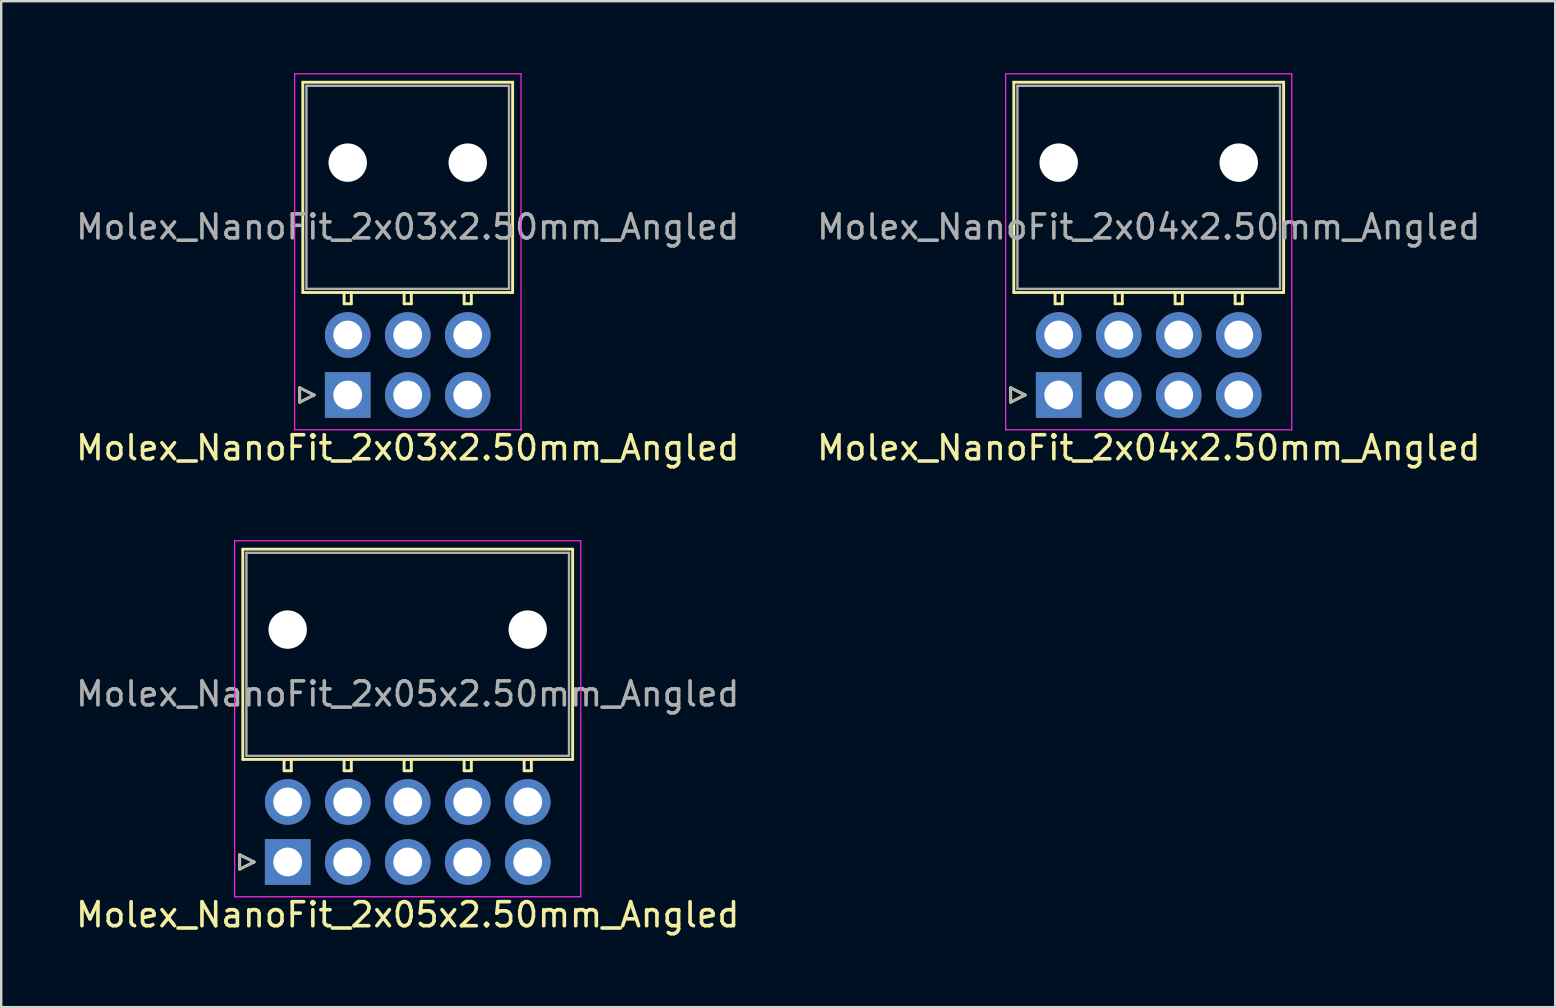
<source format=kicad_pcb>
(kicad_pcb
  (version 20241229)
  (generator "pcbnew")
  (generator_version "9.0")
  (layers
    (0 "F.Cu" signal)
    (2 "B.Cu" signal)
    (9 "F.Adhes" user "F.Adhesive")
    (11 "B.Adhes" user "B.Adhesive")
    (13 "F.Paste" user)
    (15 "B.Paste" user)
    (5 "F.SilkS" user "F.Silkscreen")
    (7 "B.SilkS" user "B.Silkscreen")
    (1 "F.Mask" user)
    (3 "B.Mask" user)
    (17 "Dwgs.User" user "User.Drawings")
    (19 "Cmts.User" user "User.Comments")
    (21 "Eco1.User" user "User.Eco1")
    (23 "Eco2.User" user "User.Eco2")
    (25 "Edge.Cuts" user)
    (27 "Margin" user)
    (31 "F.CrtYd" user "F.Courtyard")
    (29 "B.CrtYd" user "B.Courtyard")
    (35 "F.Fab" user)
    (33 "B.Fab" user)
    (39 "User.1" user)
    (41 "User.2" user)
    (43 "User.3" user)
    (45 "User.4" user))
  (footprint "Molex_NanoFit_2x04x2.50mm_Angled"
    (layer "F.Cu")
    (at 41.054 13.405)
    (property "Reference" "Molex_NanoFit_2x04x2.50mm_Angled" (at 3.75 2.2 0) (layer "F.SilkS") (effects (font (size 1 1) (thickness 0.15))))
    (attr through_hole)
    (fp_line (start -2 -0.3) (end -1.4 0) (stroke (width 0.12) (type solid)) (layer "F.SilkS"))
    (fp_line (start -2 0.3) (end -2 -0.3) (stroke (width 0.12) (type solid)) (layer "F.SilkS"))
    (fp_line (start -1.87 -13.03) (end -1.87 -4.27) (stroke (width 0.12) (type solid)) (layer "F.SilkS"))
    (fp_line (start -1.87 -4.27) (end 9.37 -4.27) (stroke (width 0.12) (type solid)) (layer "F.SilkS"))
    (fp_line (start -1.4 0) (end -2 0.3) (stroke (width 0.12) (type solid)) (layer "F.SilkS"))
    (fp_line (start -0.15 -4.27) (end -0.15 -3.8) (stroke (width 0.12) (type solid)) (layer "F.SilkS"))
    (fp_line (start -0.15 -3.8) (end 0.15 -3.8) (stroke (width 0.12) (type solid)) (layer "F.SilkS"))
    (fp_line (start 0.15 -4.27) (end -0.15 -4.27) (stroke (width 0.12) (type solid)) (layer "F.SilkS"))
    (fp_line (start 0.15 -3.8) (end 0.15 -4.27) (stroke (width 0.12) (type solid)) (layer "F.SilkS"))
    (fp_line (start 2.35 -4.27) (end 2.35 -3.8) (stroke (width 0.12) (type solid)) (layer "F.SilkS"))
    (fp_line (start 2.35 -3.8) (end 2.65 -3.8) (stroke (width 0.12) (type solid)) (layer "F.SilkS"))
    (fp_line (start 2.65 -4.27) (end 2.35 -4.27) (stroke (width 0.12) (type solid)) (layer "F.SilkS"))
    (fp_line (start 2.65 -3.8) (end 2.65 -4.27) (stroke (width 0.12) (type solid)) (layer "F.SilkS"))
    (fp_line (start 4.85 -4.27) (end 4.85 -3.8) (stroke (width 0.12) (type solid)) (layer "F.SilkS"))
    (fp_line (start 4.85 -3.8) (end 5.15 -3.8) (stroke (width 0.12) (type solid)) (layer "F.SilkS"))
    (fp_line (start 5.15 -4.27) (end 4.85 -4.27) (stroke (width 0.12) (type solid)) (layer "F.SilkS"))
    (fp_line (start 5.15 -3.8) (end 5.15 -4.27) (stroke (width 0.12) (type solid)) (layer "F.SilkS"))
    (fp_line (start 7.35 -4.27) (end 7.35 -3.8) (stroke (width 0.12) (type solid)) (layer "F.SilkS"))
    (fp_line (start 7.35 -3.8) (end 7.65 -3.8) (stroke (width 0.12) (type solid)) (layer "F.SilkS"))
    (fp_line (start 7.65 -4.27) (end 7.35 -4.27) (stroke (width 0.12) (type solid)) (layer "F.SilkS"))
    (fp_line (start 7.65 -3.8) (end 7.65 -4.27) (stroke (width 0.12) (type solid)) (layer "F.SilkS"))
    (fp_line (start 9.37 -13.03) (end -1.87 -13.03) (stroke (width 0.12) (type solid)) (layer "F.SilkS"))
    (fp_line (start 9.37 -4.27) (end 9.37 -13.03) (stroke (width 0.12) (type solid)) (layer "F.SilkS"))
    (fp_line (start -2.21 -13.38) (end -2.21 1.45) (stroke (width 0.05) (type solid)) (layer "F.CrtYd"))
    (fp_line (start -2.21 1.45) (end 9.71 1.45) (stroke (width 0.05) (type solid)) (layer "F.CrtYd"))
    (fp_line (start 9.71 -13.38) (end -2.21 -13.38) (stroke (width 0.05) (type solid)) (layer "F.CrtYd"))
    (fp_line (start 9.71 1.45) (end 9.71 -13.38) (stroke (width 0.05) (type solid)) (layer "F.CrtYd"))
    (fp_line (start -2 -0.3) (end -1.4 0) (stroke (width 0.1) (type solid)) (layer "F.Fab"))
    (fp_line (start -2 0.3) (end -2 -0.3) (stroke (width 0.1) (type solid)) (layer "F.Fab"))
    (fp_line (start -1.72 -12.88) (end -1.72 -4.42) (stroke (width 0.1) (type solid)) (layer "F.Fab"))
    (fp_line (start -1.72 -4.42) (end 9.22 -4.42) (stroke (width 0.1) (type solid)) (layer "F.Fab"))
    (fp_line (start -1.4 0) (end -2 0.3) (stroke (width 0.1) (type solid)) (layer "F.Fab"))
    (fp_line (start 9.22 -12.88) (end -1.72 -12.88) (stroke (width 0.1) (type solid)) (layer "F.Fab"))
    (fp_line (start 9.22 -4.42) (end 9.22 -12.88) (stroke (width 0.1) (type solid)) (layer "F.Fab"))
    (fp_text user "${REFERENCE}" (at 3.75 -7 0) (layer "F.Fab") (effects (font (size 1 1) (thickness 0.15))))
    (pad "" np_thru_hole circle (at 0 -9.68) (size 1.6 1.6) (drill 1.6) (layers "*.Cu" "*.Mask"))
    (pad "" np_thru_hole circle (at 7.5 -9.68) (size 1.6 1.6) (drill 1.6) (layers "*.Cu" "*.Mask"))
    (pad "1" thru_hole rect (at 0 0) (size 1.9 1.9) (drill 1.2) (layers "*.Cu" "*.Mask"))
    (pad "2" thru_hole circle (at 2.5 0) (size 1.9 1.9) (drill 1.2) (layers "*.Cu" "*.Mask"))
    (pad "3" thru_hole circle (at 5 0) (size 1.9 1.9) (drill 1.2) (layers "*.Cu" "*.Mask"))
    (pad "4" thru_hole circle (at 7.5 0) (size 1.9 1.9) (drill 1.2) (layers "*.Cu" "*.Mask"))
    (pad "5" thru_hole circle (at 0 -2.5) (size 1.9 1.9) (drill 1.2) (layers "*.Cu" "*.Mask"))
    (pad "6" thru_hole circle (at 2.5 -2.5) (size 1.9 1.9) (drill 1.2) (layers "*.Cu" "*.Mask"))
    (pad "7" thru_hole circle (at 5 -2.5) (size 1.9 1.9) (drill 1.2) (layers "*.Cu" "*.Mask"))
    (pad "8" thru_hole circle (at 7.5 -2.5) (size 1.9 1.9) (drill 1.2) (layers "*.Cu" "*.Mask")))
  (footprint "Molex_NanoFit_2x05x2.50mm_Angled"
    (layer "F.Cu")
    (at 8.935 32.858)
    (property "Reference" "Molex_NanoFit_2x05x2.50mm_Angled" (at 5 2.2 0) (layer "F.SilkS") (effects (font (size 1 1) (thickness 0.15))))
    (attr through_hole)
    (fp_line (start -2 -0.3) (end -1.4 0) (stroke (width 0.12) (type solid)) (layer "F.SilkS"))
    (fp_line (start -2 0.3) (end -2 -0.3) (stroke (width 0.12) (type solid)) (layer "F.SilkS"))
    (fp_line (start -1.87 -13.03) (end -1.87 -4.27) (stroke (width 0.12) (type solid)) (layer "F.SilkS"))
    (fp_line (start -1.87 -4.27) (end 11.87 -4.27) (stroke (width 0.12) (type solid)) (layer "F.SilkS"))
    (fp_line (start -1.4 0) (end -2 0.3) (stroke (width 0.12) (type solid)) (layer "F.SilkS"))
    (fp_line (start -0.15 -4.27) (end -0.15 -3.8) (stroke (width 0.12) (type solid)) (layer "F.SilkS"))
    (fp_line (start -0.15 -3.8) (end 0.15 -3.8) (stroke (width 0.12) (type solid)) (layer "F.SilkS"))
    (fp_line (start 0.15 -4.27) (end -0.15 -4.27) (stroke (width 0.12) (type solid)) (layer "F.SilkS"))
    (fp_line (start 0.15 -3.8) (end 0.15 -4.27) (stroke (width 0.12) (type solid)) (layer "F.SilkS"))
    (fp_line (start 2.35 -4.27) (end 2.35 -3.8) (stroke (width 0.12) (type solid)) (layer "F.SilkS"))
    (fp_line (start 2.35 -3.8) (end 2.65 -3.8) (stroke (width 0.12) (type solid)) (layer "F.SilkS"))
    (fp_line (start 2.65 -4.27) (end 2.35 -4.27) (stroke (width 0.12) (type solid)) (layer "F.SilkS"))
    (fp_line (start 2.65 -3.8) (end 2.65 -4.27) (stroke (width 0.12) (type solid)) (layer "F.SilkS"))
    (fp_line (start 4.85 -4.27) (end 4.85 -3.8) (stroke (width 0.12) (type solid)) (layer "F.SilkS"))
    (fp_line (start 4.85 -3.8) (end 5.15 -3.8) (stroke (width 0.12) (type solid)) (layer "F.SilkS"))
    (fp_line (start 5.15 -4.27) (end 4.85 -4.27) (stroke (width 0.12) (type solid)) (layer "F.SilkS"))
    (fp_line (start 5.15 -3.8) (end 5.15 -4.27) (stroke (width 0.12) (type solid)) (layer "F.SilkS"))
    (fp_line (start 7.35 -4.27) (end 7.35 -3.8) (stroke (width 0.12) (type solid)) (layer "F.SilkS"))
    (fp_line (start 7.35 -3.8) (end 7.65 -3.8) (stroke (width 0.12) (type solid)) (layer "F.SilkS"))
    (fp_line (start 7.65 -4.27) (end 7.35 -4.27) (stroke (width 0.12) (type solid)) (layer "F.SilkS"))
    (fp_line (start 7.65 -3.8) (end 7.65 -4.27) (stroke (width 0.12) (type solid)) (layer "F.SilkS"))
    (fp_line (start 9.85 -4.27) (end 9.85 -3.8) (stroke (width 0.12) (type solid)) (layer "F.SilkS"))
    (fp_line (start 9.85 -3.8) (end 10.15 -3.8) (stroke (width 0.12) (type solid)) (layer "F.SilkS"))
    (fp_line (start 10.15 -4.27) (end 9.85 -4.27) (stroke (width 0.12) (type solid)) (layer "F.SilkS"))
    (fp_line (start 10.15 -3.8) (end 10.15 -4.27) (stroke (width 0.12) (type solid)) (layer "F.SilkS"))
    (fp_line (start 11.87 -13.03) (end -1.87 -13.03) (stroke (width 0.12) (type solid)) (layer "F.SilkS"))
    (fp_line (start 11.87 -4.27) (end 11.87 -13.03) (stroke (width 0.12) (type solid)) (layer "F.SilkS"))
    (fp_line (start -2.21 -13.38) (end -2.21 1.45) (stroke (width 0.05) (type solid)) (layer "F.CrtYd"))
    (fp_line (start -2.21 1.45) (end 12.21 1.45) (stroke (width 0.05) (type solid)) (layer "F.CrtYd"))
    (fp_line (start 12.21 -13.38) (end -2.21 -13.38) (stroke (width 0.05) (type solid)) (layer "F.CrtYd"))
    (fp_line (start 12.21 1.45) (end 12.21 -13.38) (stroke (width 0.05) (type solid)) (layer "F.CrtYd"))
    (fp_line (start -2 -0.3) (end -1.4 0) (stroke (width 0.1) (type solid)) (layer "F.Fab"))
    (fp_line (start -2 0.3) (end -2 -0.3) (stroke (width 0.1) (type solid)) (layer "F.Fab"))
    (fp_line (start -1.72 -12.88) (end -1.72 -4.42) (stroke (width 0.1) (type solid)) (layer "F.Fab"))
    (fp_line (start -1.72 -4.42) (end 11.72 -4.42) (stroke (width 0.1) (type solid)) (layer "F.Fab"))
    (fp_line (start -1.4 0) (end -2 0.3) (stroke (width 0.1) (type solid)) (layer "F.Fab"))
    (fp_line (start 11.72 -12.88) (end -1.72 -12.88) (stroke (width 0.1) (type solid)) (layer "F.Fab"))
    (fp_line (start 11.72 -4.42) (end 11.72 -12.88) (stroke (width 0.1) (type solid)) (layer "F.Fab"))
    (fp_text user "${REFERENCE}" (at 5 -7 0) (layer "F.Fab") (effects (font (size 1 1) (thickness 0.15))))
    (pad "" np_thru_hole circle (at 0 -9.68) (size 1.6 1.6) (drill 1.6) (layers "*.Cu" "*.Mask"))
    (pad "" np_thru_hole circle (at 10 -9.68) (size 1.6 1.6) (drill 1.6) (layers "*.Cu" "*.Mask"))
    (pad "1" thru_hole rect (at 0 0) (size 1.9 1.9) (drill 1.2) (layers "*.Cu" "*.Mask"))
    (pad "2" thru_hole circle (at 2.5 0) (size 1.9 1.9) (drill 1.2) (layers "*.Cu" "*.Mask"))
    (pad "3" thru_hole circle (at 5 0) (size 1.9 1.9) (drill 1.2) (layers "*.Cu" "*.Mask"))
    (pad "4" thru_hole circle (at 7.5 0) (size 1.9 1.9) (drill 1.2) (layers "*.Cu" "*.Mask"))
    (pad "5" thru_hole circle (at 10 0) (size 1.9 1.9) (drill 1.2) (layers "*.Cu" "*.Mask"))
    (pad "6" thru_hole circle (at 0 -2.5) (size 1.9 1.9) (drill 1.2) (layers "*.Cu" "*.Mask"))
    (pad "7" thru_hole circle (at 2.5 -2.5) (size 1.9 1.9) (drill 1.2) (layers "*.Cu" "*.Mask"))
    (pad "8" thru_hole circle (at 5 -2.5) (size 1.9 1.9) (drill 1.2) (layers "*.Cu" "*.Mask"))
    (pad "9" thru_hole circle (at 7.5 -2.5) (size 1.9 1.9) (drill 1.2) (layers "*.Cu" "*.Mask"))
    (pad "10" thru_hole circle (at 10 -2.5) (size 1.9 1.9) (drill 1.2) (layers "*.Cu" "*.Mask")))
  (footprint "Molex_NanoFit_2x03x2.50mm_Angled"
    (layer "F.Cu")
    (at 11.435 13.405)
    (property "Reference" "Molex_NanoFit_2x03x2.50mm_Angled" (at 2.5 2.2 0) (layer "F.SilkS") (effects (font (size 1 1) (thickness 0.15))))
    (attr through_hole)
    (fp_line (start -2 -0.3) (end -1.4 0) (stroke (width 0.12) (type solid)) (layer "F.SilkS"))
    (fp_line (start -2 0.3) (end -2 -0.3) (stroke (width 0.12) (type solid)) (layer "F.SilkS"))
    (fp_line (start -1.87 -13.03) (end -1.87 -4.27) (stroke (width 0.12) (type solid)) (layer "F.SilkS"))
    (fp_line (start -1.87 -4.27) (end 6.87 -4.27) (stroke (width 0.12) (type solid)) (layer "F.SilkS"))
    (fp_line (start -1.4 0) (end -2 0.3) (stroke (width 0.12) (type solid)) (layer "F.SilkS"))
    (fp_line (start -0.15 -4.27) (end -0.15 -3.8) (stroke (width 0.12) (type solid)) (layer "F.SilkS"))
    (fp_line (start -0.15 -3.8) (end 0.15 -3.8) (stroke (width 0.12) (type solid)) (layer "F.SilkS"))
    (fp_line (start 0.15 -4.27) (end -0.15 -4.27) (stroke (width 0.12) (type solid)) (layer "F.SilkS"))
    (fp_line (start 0.15 -3.8) (end 0.15 -4.27) (stroke (width 0.12) (type solid)) (layer "F.SilkS"))
    (fp_line (start 2.35 -4.27) (end 2.35 -3.8) (stroke (width 0.12) (type solid)) (layer "F.SilkS"))
    (fp_line (start 2.35 -3.8) (end 2.65 -3.8) (stroke (width 0.12) (type solid)) (layer "F.SilkS"))
    (fp_line (start 2.65 -4.27) (end 2.35 -4.27) (stroke (width 0.12) (type solid)) (layer "F.SilkS"))
    (fp_line (start 2.65 -3.8) (end 2.65 -4.27) (stroke (width 0.12) (type solid)) (layer "F.SilkS"))
    (fp_line (start 4.85 -4.27) (end 4.85 -3.8) (stroke (width 0.12) (type solid)) (layer "F.SilkS"))
    (fp_line (start 4.85 -3.8) (end 5.15 -3.8) (stroke (width 0.12) (type solid)) (layer "F.SilkS"))
    (fp_line (start 5.15 -4.27) (end 4.85 -4.27) (stroke (width 0.12) (type solid)) (layer "F.SilkS"))
    (fp_line (start 5.15 -3.8) (end 5.15 -4.27) (stroke (width 0.12) (type solid)) (layer "F.SilkS"))
    (fp_line (start 6.87 -13.03) (end -1.87 -13.03) (stroke (width 0.12) (type solid)) (layer "F.SilkS"))
    (fp_line (start 6.87 -4.27) (end 6.87 -13.03) (stroke (width 0.12) (type solid)) (layer "F.SilkS"))
    (fp_line (start -2.21 -13.38) (end -2.21 1.45) (stroke (width 0.05) (type solid)) (layer "F.CrtYd"))
    (fp_line (start -2.21 1.45) (end 7.22 1.45) (stroke (width 0.05) (type solid)) (layer "F.CrtYd"))
    (fp_line (start 7.22 -13.38) (end -2.21 -13.38) (stroke (width 0.05) (type solid)) (layer "F.CrtYd"))
    (fp_line (start 7.22 1.45) (end 7.22 -13.38) (stroke (width 0.05) (type solid)) (layer "F.CrtYd"))
    (fp_line (start -2 -0.3) (end -1.4 0) (stroke (width 0.1) (type solid)) (layer "F.Fab"))
    (fp_line (start -2 0.3) (end -2 -0.3) (stroke (width 0.1) (type solid)) (layer "F.Fab"))
    (fp_line (start -1.72 -12.88) (end -1.72 -4.42) (stroke (width 0.1) (type solid)) (layer "F.Fab"))
    (fp_line (start -1.72 -4.42) (end 6.72 -4.42) (stroke (width 0.1) (type solid)) (layer "F.Fab"))
    (fp_line (start -1.4 0) (end -2 0.3) (stroke (width 0.1) (type solid)) (layer "F.Fab"))
    (fp_line (start 6.72 -12.88) (end -1.72 -12.88) (stroke (width 0.1) (type solid)) (layer "F.Fab"))
    (fp_line (start 6.72 -4.42) (end 6.72 -12.88) (stroke (width 0.1) (type solid)) (layer "F.Fab"))
    (fp_text user "${REFERENCE}" (at 2.5 -7 0) (layer "F.Fab") (effects (font (size 1 1) (thickness 0.15))))
    (pad "" np_thru_hole circle (at 0 -9.68) (size 1.6 1.6) (drill 1.6) (layers "*.Cu" "*.Mask"))
    (pad "" np_thru_hole circle (at 5 -9.68) (size 1.6 1.6) (drill 1.6) (layers "*.Cu" "*.Mask"))
    (pad "1" thru_hole rect (at 0 0) (size 1.9 1.9) (drill 1.2) (layers "*.Cu" "*.Mask"))
    (pad "2" thru_hole circle (at 2.5 0) (size 1.9 1.9) (drill 1.2) (layers "*.Cu" "*.Mask"))
    (pad "3" thru_hole circle (at 5 0) (size 1.9 1.9) (drill 1.2) (layers "*.Cu" "*.Mask"))
    (pad "4" thru_hole circle (at 0 -2.5) (size 1.9 1.9) (drill 1.2) (layers "*.Cu" "*.Mask"))
    (pad "5" thru_hole circle (at 2.5 -2.5) (size 1.9 1.9) (drill 1.2) (layers "*.Cu" "*.Mask"))
    (pad "6" thru_hole circle (at 5 -2.5) (size 1.9 1.9) (drill 1.2) (layers "*.Cu" "*.Mask")))
  (gr_rect
    (start -3 -3)
    (end 61.738 38.907)
    (stroke (width 0.1) (type default))
    (fill no)
    (layer "Edge.Cuts")))
</source>
